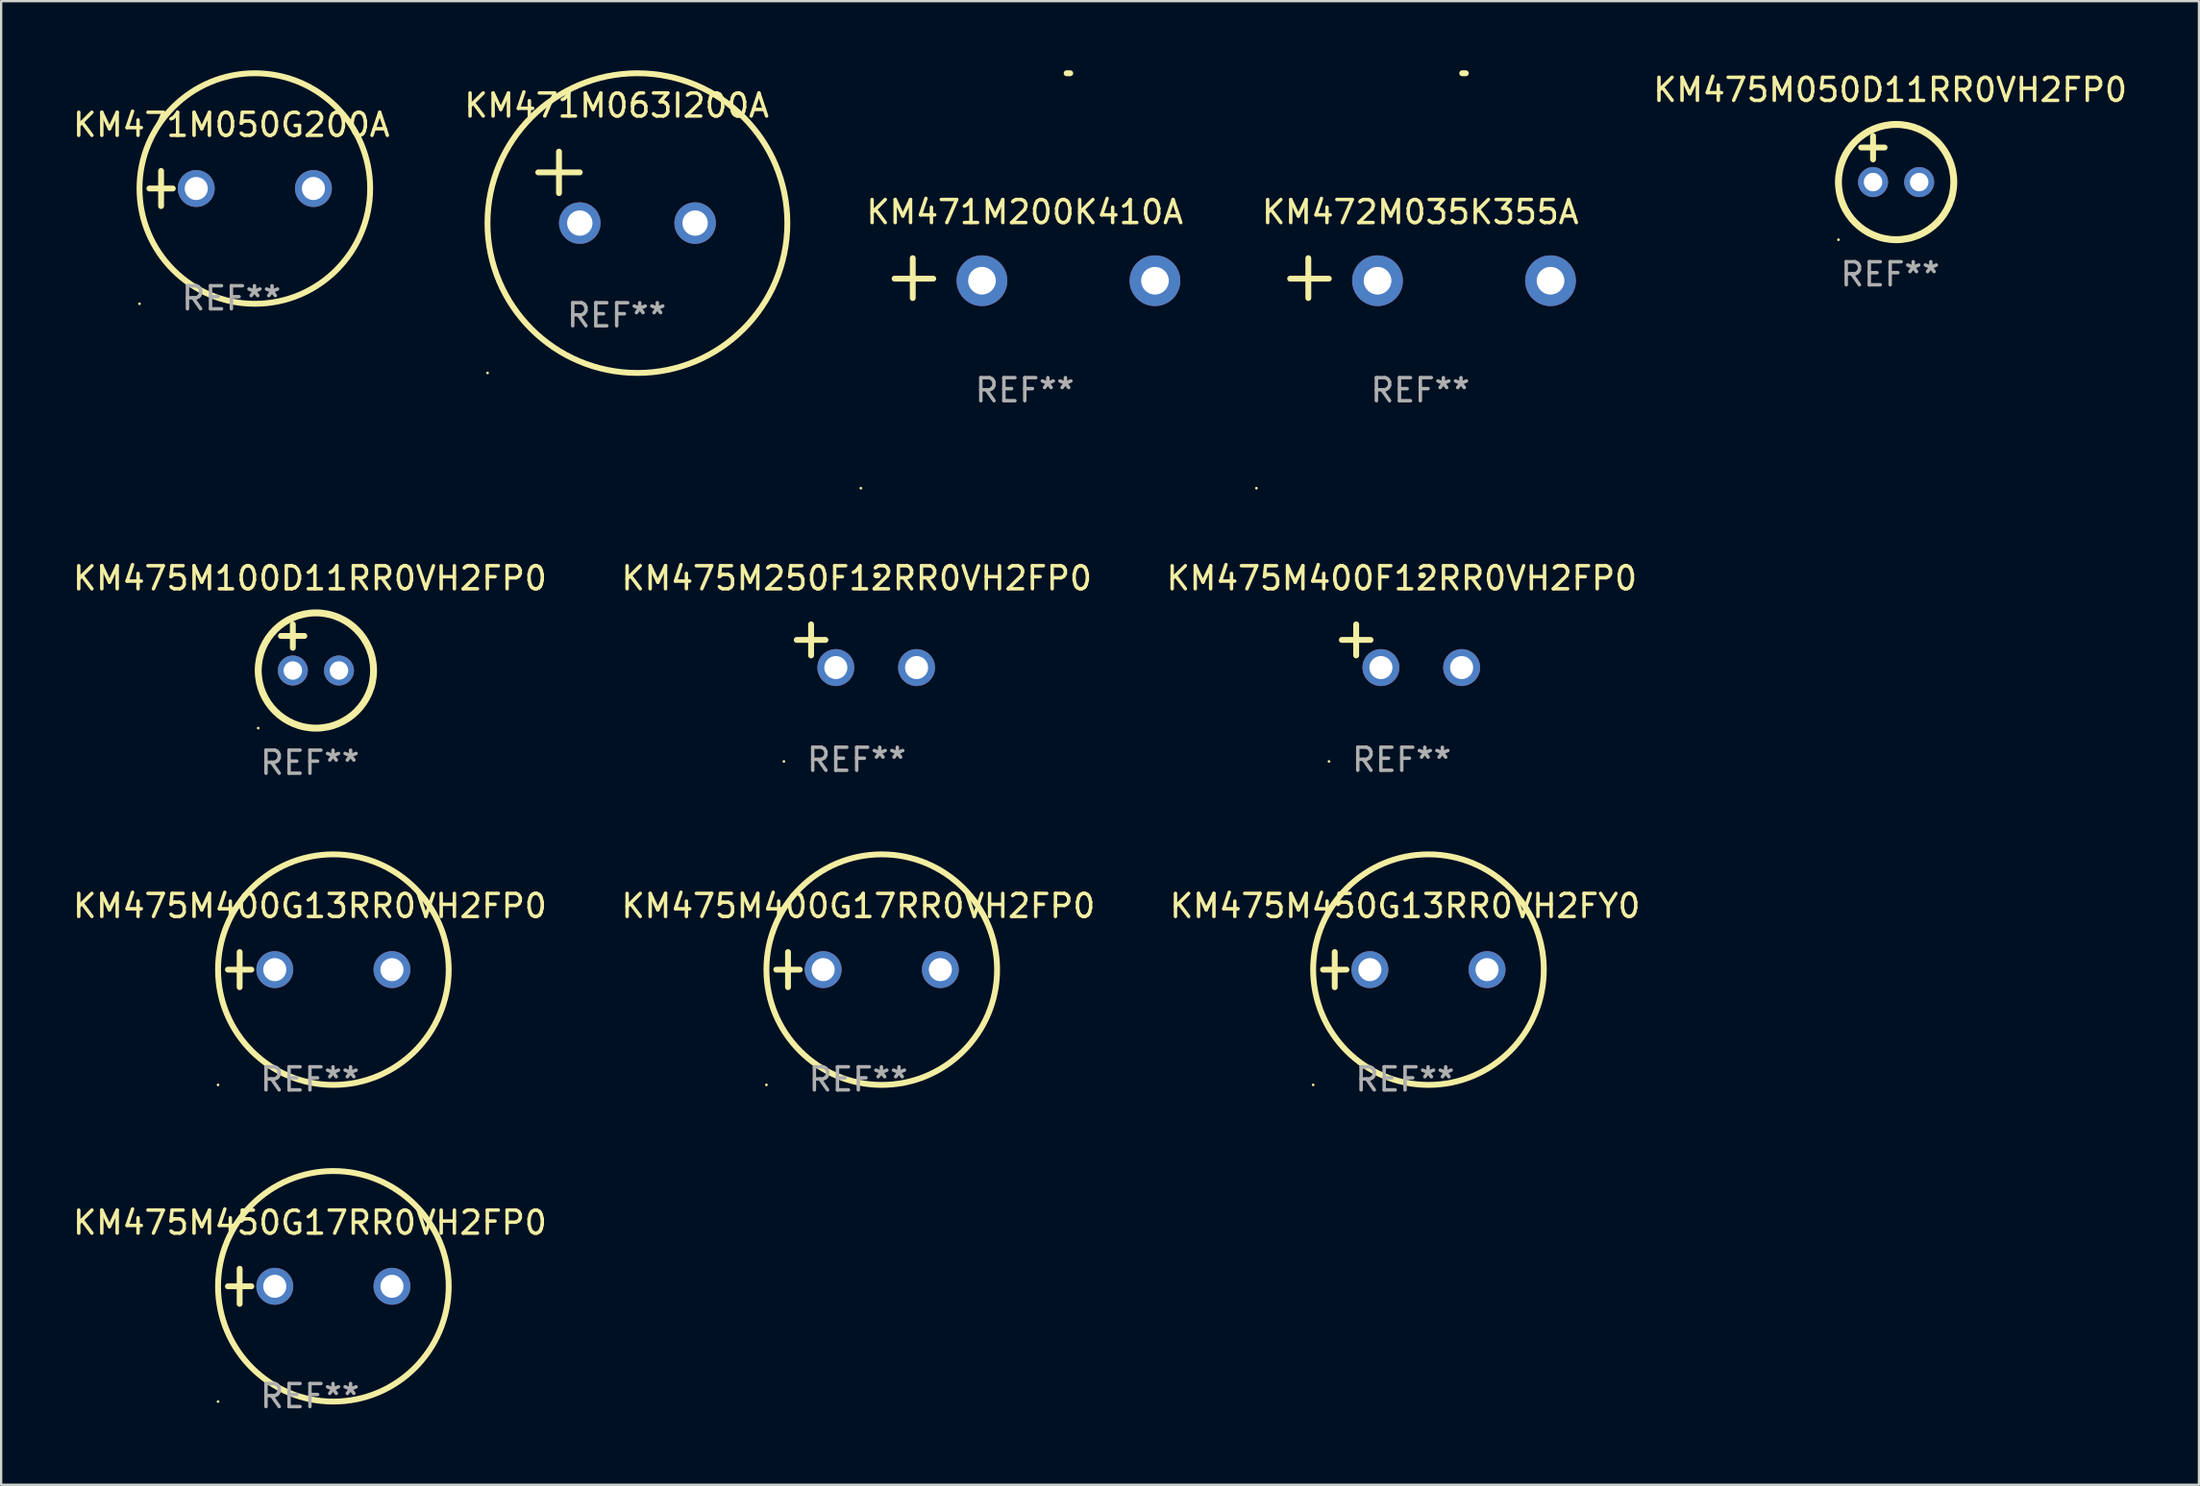
<source format=kicad_pcb>
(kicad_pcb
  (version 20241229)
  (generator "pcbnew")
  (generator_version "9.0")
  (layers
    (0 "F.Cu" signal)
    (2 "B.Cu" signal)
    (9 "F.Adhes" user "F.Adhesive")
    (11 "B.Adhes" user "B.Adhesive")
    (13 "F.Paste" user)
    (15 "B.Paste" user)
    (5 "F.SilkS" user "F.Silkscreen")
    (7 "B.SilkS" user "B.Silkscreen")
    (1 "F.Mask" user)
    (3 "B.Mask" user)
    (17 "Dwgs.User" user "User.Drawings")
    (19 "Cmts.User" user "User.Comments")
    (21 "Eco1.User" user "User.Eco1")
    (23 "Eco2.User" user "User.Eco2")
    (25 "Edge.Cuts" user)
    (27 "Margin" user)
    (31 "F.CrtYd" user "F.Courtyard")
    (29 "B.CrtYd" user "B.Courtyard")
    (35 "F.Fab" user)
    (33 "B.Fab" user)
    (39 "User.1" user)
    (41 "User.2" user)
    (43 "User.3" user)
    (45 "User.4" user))
  (footprint "KM471M063I200A"
    (layer "F.Cu")
    (at 23.685 5.077)
    (property "Reference" "KM471M063I200A" (at 0 -3.55 0) (layer "F.SilkS") (effects (font (size 1 1) (thickness 0.15))))
    (attr through_hole)
    (fp_line (start -3.401 -0.65) (end -1.601 -0.65) (stroke (width 0.254) (type solid)) (layer "F.SilkS"))
    (fp_line (start -2.501 -1.55) (end -2.501 0.25) (stroke (width 0.254) (type solid)) (layer "F.SilkS"))
    (fp_circle (center -5.599 8.05) (end -5.569 8.05) (stroke (width 0.06) (type solid)) (fill no) (layer "F.SilkS"))
    (fp_circle (center 0.899 1.55) (end 7.399 1.55) (stroke (width 0.254) (type solid)) (fill no) (layer "F.SilkS"))
    (fp_text user "REF**" (at 0 5.55 0) (layer "F.Fab") (effects (font (size 1 1) (thickness 0.15))))
    (pad "1" thru_hole circle (at -1.599 1.55) (size 1.8 1.8) (drill 1.1) (layers "*.Cu" "*.Mask"))
    (pad "2" thru_hole circle (at 3.401 1.55) (size 1.8 1.8) (drill 1.1) (layers "*.Cu" "*.Mask")))
  (footprint "KM475M400G13RR0VH2FP0"
    (layer "F.Cu")
    (at 10.387 39.01)
    (property "Reference" "KM475M400G13RR0VH2FP0" (at 0 -2.762 0) (layer "F.SilkS") (effects (font (size 1 1) (thickness 0.15))))
    (attr through_hole)
    (fp_line (start -3.556 0) (end -2.54 0) (stroke (width 0.254) (type solid)) (layer "F.SilkS"))
    (fp_line (start -3.048 -0.762) (end -3.048 0.762) (stroke (width 0.254) (type solid)) (layer "F.SilkS"))
    (fp_circle (center -3.984 5) (end -3.954 5) (stroke (width 0.06) (type solid)) (fill no) (layer "F.SilkS"))
    (fp_circle (center 1.016 0) (end 6.016 0) (stroke (width 0.254) (type solid)) (fill no) (layer "F.SilkS"))
    (fp_text user "REF**" (at 0 4.762 0) (layer "F.Fab") (effects (font (size 1 1) (thickness 0.15))))
    (pad "1" thru_hole circle (at -1.524 0) (size 1.6 1.6) (drill 1) (layers "*.Cu" "*.Mask"))
    (pad "2" thru_hole circle (at 3.556 0) (size 1.6 1.6) (drill 1) (layers "*.Cu" "*.Mask")))
  (footprint "KM472M035K355A"
    (layer "F.Cu")
    (at 58.526 9.013)
    (property "Reference" "KM472M035K355A" (at 0 -2.864 0) (layer "F.SilkS") (effects (font (size 1 1) (thickness 0.15))))
    (attr through_hole)
    (fp_line (start -4.856 0.864) (end -4.856 -0.864) (stroke (width 0.254) (type solid)) (layer "F.SilkS"))
    (fp_line (start -3.967 0.025) (end -5.644 0.025) (stroke (width 0.254) (type solid)) (layer "F.SilkS"))
    (fp_arc (start 1.815024 -8.885649) (mid 1.893764 -8.88599) (end 1.972504 -8.885649) (stroke (width 0.254001) (type solid)) (layer "F.SilkS"))
    (fp_circle (center -7.106 9.114) (end -7.076 9.114) (stroke (width 0.06) (type solid)) (fill no) (layer "F.SilkS"))
    (fp_text user "REF**" (at 0 4.864 0) (layer "F.Fab") (effects (font (size 1 1) (thickness 0.15))))
    (pad "1" thru_hole circle (at -1.856 0.114) (size 2.2 2.2) (drill 1.2) (layers "*.Cu" "*.Mask"))
    (pad "2" thru_hole circle (at 5.644 0.114) (size 2.2 2.2) (drill 1.2) (layers "*.Cu" "*.Mask")))
  (footprint "KM471M200K410A"
    (layer "F.Cu")
    (at 41.377 9.013)
    (property "Reference" "KM471M200K410A" (at 0 -2.864 0) (layer "F.SilkS") (effects (font (size 1 1) (thickness 0.15))))
    (attr through_hole)
    (fp_line (start -4.856 0.864) (end -4.856 -0.864) (stroke (width 0.254) (type solid)) (layer "F.SilkS"))
    (fp_line (start -3.967 0.025) (end -5.644 0.025) (stroke (width 0.254) (type solid)) (layer "F.SilkS"))
    (fp_arc (start 1.815024 -8.885649) (mid 1.893764 -8.88599) (end 1.972504 -8.885649) (stroke (width 0.254001) (type solid)) (layer "F.SilkS"))
    (fp_circle (center -7.106 9.114) (end -7.076 9.114) (stroke (width 0.06) (type solid)) (fill no) (layer "F.SilkS"))
    (fp_text user "REF**" (at 0 4.864 0) (layer "F.Fab") (effects (font (size 1 1) (thickness 0.15))))
    (pad "1" thru_hole circle (at -1.856 0.114) (size 2.2 2.2) (drill 1.2) (layers "*.Cu" "*.Mask"))
    (pad "2" thru_hole circle (at 5.644 0.114) (size 2.2 2.2) (drill 1.2) (layers "*.Cu" "*.Mask")))
  (footprint "KM475M450G17RR0VH2FP0"
    (layer "F.Cu")
    (at 10.387 52.747)
    (property "Reference" "KM475M450G17RR0VH2FP0" (at 0 -2.762 0) (layer "F.SilkS") (effects (font (size 1 1) (thickness 0.15))))
    (attr through_hole)
    (fp_line (start -3.556 0) (end -2.54 0) (stroke (width 0.254) (type solid)) (layer "F.SilkS"))
    (fp_line (start -3.048 -0.762) (end -3.048 0.762) (stroke (width 0.254) (type solid)) (layer "F.SilkS"))
    (fp_circle (center -3.984 5) (end -3.954 5) (stroke (width 0.06) (type solid)) (fill no) (layer "F.SilkS"))
    (fp_circle (center 1.016 0) (end 6.016 0) (stroke (width 0.254) (type solid)) (fill no) (layer "F.SilkS"))
    (fp_text user "REF**" (at 0 4.762 0) (layer "F.Fab") (effects (font (size 1 1) (thickness 0.15))))
    (pad "1" thru_hole circle (at -1.524 0) (size 1.6 1.6) (drill 1) (layers "*.Cu" "*.Mask"))
    (pad "2" thru_hole circle (at 3.556 0) (size 1.6 1.6) (drill 1) (layers "*.Cu" "*.Mask")))
  (footprint "KM475M450G13RR0VH2FY0"
    (layer "F.Cu")
    (at 57.863 39.01)
    (property "Reference" "KM475M450G13RR0VH2FY0" (at 0 -2.762 0) (layer "F.SilkS") (effects (font (size 1 1) (thickness 0.15))))
    (attr through_hole)
    (fp_line (start -3.556 0) (end -2.54 0) (stroke (width 0.254) (type solid)) (layer "F.SilkS"))
    (fp_line (start -3.048 -0.762) (end -3.048 0.762) (stroke (width 0.254) (type solid)) (layer "F.SilkS"))
    (fp_circle (center -3.984 5) (end -3.954 5) (stroke (width 0.06) (type solid)) (fill no) (layer "F.SilkS"))
    (fp_circle (center 1.016 0) (end 6.016 0) (stroke (width 0.254) (type solid)) (fill no) (layer "F.SilkS"))
    (fp_text user "REF**" (at 0 4.762 0) (layer "F.Fab") (effects (font (size 1 1) (thickness 0.15))))
    (pad "1" thru_hole circle (at -1.524 0) (size 1.6 1.6) (drill 1) (layers "*.Cu" "*.Mask"))
    (pad "2" thru_hole circle (at 3.556 0) (size 1.6 1.6) (drill 1) (layers "*.Cu" "*.Mask")))
  (footprint "KM475M400G17RR0VH2FP0"
    (layer "F.Cu")
    (at 34.161 39.01)
    (property "Reference" "KM475M400G17RR0VH2FP0" (at 0 -2.762 0) (layer "F.SilkS") (effects (font (size 1 1) (thickness 0.15))))
    (attr through_hole)
    (fp_line (start -3.556 0) (end -2.54 0) (stroke (width 0.254) (type solid)) (layer "F.SilkS"))
    (fp_line (start -3.048 -0.762) (end -3.048 0.762) (stroke (width 0.254) (type solid)) (layer "F.SilkS"))
    (fp_circle (center -3.984 5) (end -3.954 5) (stroke (width 0.06) (type solid)) (fill no) (layer "F.SilkS"))
    (fp_circle (center 1.016 0) (end 6.016 0) (stroke (width 0.254) (type solid)) (fill no) (layer "F.SilkS"))
    (fp_text user "REF**" (at 0 4.762 0) (layer "F.Fab") (effects (font (size 1 1) (thickness 0.15))))
    (pad "1" thru_hole circle (at -1.524 0) (size 1.6 1.6) (drill 1) (layers "*.Cu" "*.Mask"))
    (pad "2" thru_hole circle (at 3.556 0) (size 1.6 1.6) (drill 1) (layers "*.Cu" "*.Mask")))
  (footprint "KM475M050D11RR0VH2FP0"
    (layer "F.Cu")
    (at 78.895 3.848)
    (property "Reference" "KM475M050D11RR0VH2FP0" (at 0 -3 0) (layer "F.SilkS") (effects (font (size 1 1) (thickness 0.15))))
    (attr through_hole)
    (fp_line (start -1.258 -0.5) (end -0.242 -0.5) (stroke (width 0.254) (type solid)) (layer "F.SilkS"))
    (fp_line (start -0.742 -1) (end -0.742 0.016) (stroke (width 0.254) (type solid)) (layer "F.SilkS"))
    (fp_circle (center -2.242 3.5) (end -2.212 3.5) (stroke (width 0.06) (type solid)) (fill no) (layer "F.SilkS"))
    (fp_circle (center 0.258 1) (end 2.758 1) (stroke (width 0.3) (type solid)) (fill no) (layer "F.SilkS"))
    (fp_text user "REF**" (at 0 5 0) (layer "F.Fab") (effects (font (size 1 1) (thickness 0.15))))
    (pad "1" thru_hole circle (at -0.742 1) (size 1.3 1.3) (drill 0.8) (layers "*.Cu" "*.Mask"))
    (pad "2" thru_hole circle (at 1.258 1) (size 1.3 1.3) (drill 0.8) (layers "*.Cu" "*.Mask")))
  (footprint "KM475M250F12RR0VH2FP0"
    (layer "F.Cu")
    (at 34.089 24.971)
    (property "Reference" "KM475M250F12RR0VH2FP0" (at 0 -2.937 0) (layer "F.SilkS") (effects (font (size 1 1) (thickness 0.15))))
    (attr through_hole)
    (fp_line (start -1.975 0.41) (end -1.975 -0.937) (stroke (width 0.254) (type solid)) (layer "F.SilkS"))
    (fp_line (start -1.353 -0.263) (end -2.597 -0.263) (stroke (width 0.254) (type solid)) (layer "F.SilkS"))
    (fp_arc (start 0.849809 -3.063957) (mid 0.885369 -3.064114) (end 0.920929 -3.063957) (stroke (width 0.254001) (type solid)) (layer "F.SilkS"))
    (fp_circle (center -3.154 5.008) (end -3.124 5.008) (stroke (width 0.06) (type solid)) (fill no) (layer "F.SilkS"))
    (fp_text user "REF**" (at 0 4.937 0) (layer "F.Fab") (effects (font (size 1 1) (thickness 0.15))))
    (pad "1" thru_hole circle (at -0.903 0.937) (size 1.6 1.6) (drill 1) (layers "*.Cu" "*.Mask"))
    (pad "2" thru_hole circle (at 2.597 0.937) (size 1.6 1.6) (drill 1) (layers "*.Cu" "*.Mask")))
  (footprint "KM475M400F12RR0VH2FP0"
    (layer "F.Cu")
    (at 57.72 24.971)
    (property "Reference" "KM475M400F12RR0VH2FP0" (at 0 -2.937 0) (layer "F.SilkS") (effects (font (size 1 1) (thickness 0.15))))
    (attr through_hole)
    (fp_line (start -1.975 0.41) (end -1.975 -0.937) (stroke (width 0.254) (type solid)) (layer "F.SilkS"))
    (fp_line (start -1.353 -0.263) (end -2.597 -0.263) (stroke (width 0.254) (type solid)) (layer "F.SilkS"))
    (fp_arc (start 0.849809 -3.063957) (mid 0.885369 -3.064114) (end 0.920929 -3.063957) (stroke (width 0.254001) (type solid)) (layer "F.SilkS"))
    (fp_circle (center -3.154 5.008) (end -3.124 5.008) (stroke (width 0.06) (type solid)) (fill no) (layer "F.SilkS"))
    (fp_text user "REF**" (at 0 4.937 0) (layer "F.Fab") (effects (font (size 1 1) (thickness 0.15))))
    (pad "1" thru_hole circle (at -0.903 0.937) (size 1.6 1.6) (drill 1) (layers "*.Cu" "*.Mask"))
    (pad "2" thru_hole circle (at 2.597 0.937) (size 1.6 1.6) (drill 1) (layers "*.Cu" "*.Mask")))
  (footprint "KM475M100D11RR0VH2FP0"
    (layer "F.Cu")
    (at 10.387 25.035)
    (property "Reference" "KM475M100D11RR0VH2FP0" (at 0 -3 0) (layer "F.SilkS") (effects (font (size 1 1) (thickness 0.15))))
    (attr through_hole)
    (fp_line (start -1.258 -0.5) (end -0.242 -0.5) (stroke (width 0.254) (type solid)) (layer "F.SilkS"))
    (fp_line (start -0.742 -1) (end -0.742 0.016) (stroke (width 0.254) (type solid)) (layer "F.SilkS"))
    (fp_circle (center -2.242 3.5) (end -2.212 3.5) (stroke (width 0.06) (type solid)) (fill no) (layer "F.SilkS"))
    (fp_circle (center 0.258 1) (end 2.758 1) (stroke (width 0.3) (type solid)) (fill no) (layer "F.SilkS"))
    (fp_text user "REF**" (at 0 5 0) (layer "F.Fab") (effects (font (size 1 1) (thickness 0.15))))
    (pad "1" thru_hole circle (at -0.742 1) (size 1.3 1.3) (drill 0.8) (layers "*.Cu" "*.Mask"))
    (pad "2" thru_hole circle (at 1.258 1) (size 1.3 1.3) (drill 0.8) (layers "*.Cu" "*.Mask")))
  (footprint "KM471M050G200A"
    (layer "F.Cu")
    (at 6.982 5.127)
    (property "Reference" "KM471M050G200A" (at 0 -2.762 0) (layer "F.SilkS") (effects (font (size 1 1) (thickness 0.15))))
    (attr through_hole)
    (fp_line (start -3.556 0) (end -2.54 0) (stroke (width 0.254) (type solid)) (layer "F.SilkS"))
    (fp_line (start -3.048 -0.762) (end -3.048 0.762) (stroke (width 0.254) (type solid)) (layer "F.SilkS"))
    (fp_circle (center -3.984 5) (end -3.954 5) (stroke (width 0.06) (type solid)) (fill no) (layer "F.SilkS"))
    (fp_circle (center 1.016 0) (end 6.016 0) (stroke (width 0.254) (type solid)) (fill no) (layer "F.SilkS"))
    (fp_text user "REF**" (at 0 4.762 0) (layer "F.Fab") (effects (font (size 1 1) (thickness 0.15))))
    (pad "1" thru_hole circle (at -1.524 0) (size 1.6 1.6) (drill 1) (layers "*.Cu" "*.Mask"))
    (pad "2" thru_hole circle (at 3.556 0) (size 1.6 1.6) (drill 1) (layers "*.Cu" "*.Mask")))
  (gr_rect
    (start -3 -3)
    (end 92.282 61.358)
    (stroke (width 0.1) (type default))
    (fill no)
    (layer "Edge.Cuts")))
</source>
